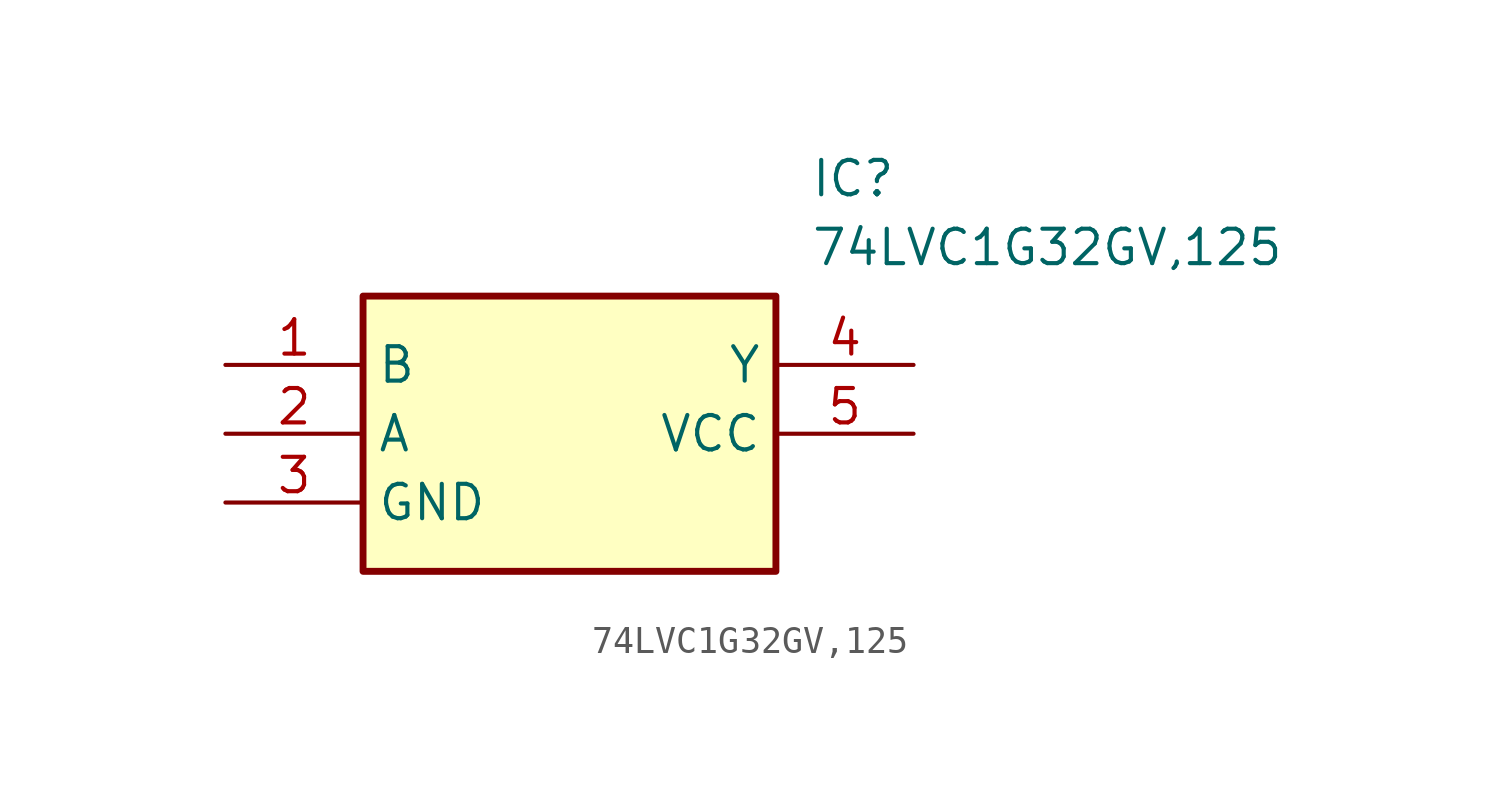
<source format=kicad_sym>
(kicad_symbol_lib
  (version 20211014)
  (generator SamacSys_ECAD_Model)
  (symbol "74LVC1G32GV,125"
    (property "Reference" "IC"
      (at 21.59 7.62 0)
      (effects (font (size 1.27 1.27)) (justify left top)))
    (property "Value" "74LVC1G32GV,125"
      (at 21.59 5.08 0)
      (effects (font (size 1.27 1.27)) (justify left top)))
    (rectangle
      (start 5.08 2.54)
      (end 20.32 -7.62)
      (stroke (width 0.254) (type default))
      (fill (type background)))
    (pin passive line
      (at 0 0 0)
      (length 5.08)
      (name "B" (effects (font (size 1.27 1.27))))
      (number "1" (effects (font (size 1.27 1.27)))))
    (pin passive line
      (at 0 -2.54 0)
      (length 5.08)
      (name "A" (effects (font (size 1.27 1.27))))
      (number "2" (effects (font (size 1.27 1.27)))))
    (pin passive line
      (at 0 -5.08 0)
      (length 5.08)
      (name "GND" (effects (font (size 1.27 1.27))))
      (number "3" (effects (font (size 1.27 1.27)))))
    (pin passive line
      (at 25.4 0 180)
      (length 5.08)
      (name "Y" (effects (font (size 1.27 1.27))))
      (number "4" (effects (font (size 1.27 1.27)))))
    (pin passive line
      (at 25.4 -2.54 180)
      (length 5.08)
      (name "VCC" (effects (font (size 1.27 1.27))))
      (number "5" (effects (font (size 1.27 1.27)))))))
</source>
